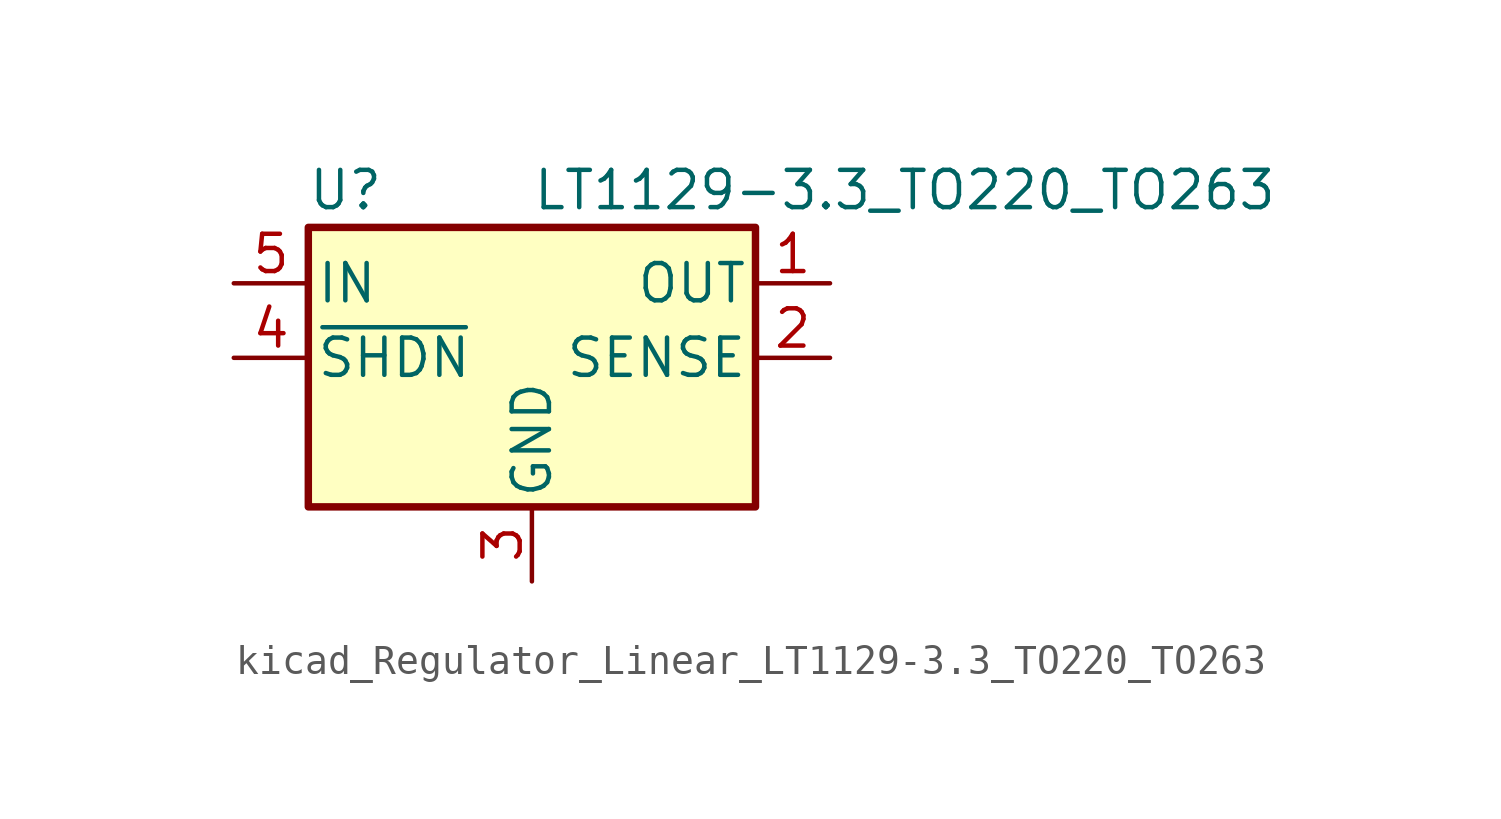
<source format=kicad_sym>
(kicad_symbol_lib
  (version 20220914)
  (generator kicad_symbol_editor)
  (symbol "kicad_Regulator_Linear_LT1129-3.3_TO220_TO263"
    (pin_names
      (offset 0.254))
    (property "Reference" "U"
      (at -6.35 5.715 0)
      (effects (font (size 1.27 1.27))))
    (property "Value" "LT1129-3.3_TO220_TO263"
      (at 0 5.715 0)
      (effects (font (size 1.27 1.27)) (justify left)))
    (symbol "kicad_Regulator_Linear_LT1129-3.3_TO220_TO263_0_1"
      (rectangle (start -7.62 -5.08) (end 7.62 4.445) (stroke (width 0.254) (type default)) (fill (type background))))
    (symbol "kicad_Regulator_Linear_LT1129-3.3_TO220_TO263_1_1"
      (pin power_out line (at 10.16 2.54 180) (length 2.54) (name "OUT" (effects (font (size 1.27 1.27)))) (number "1" (effects (font (size 1.27 1.27)))))
      (pin input line (at 10.16 0 180) (length 2.54) (name "SENSE" (effects (font (size 1.27 1.27)))) (number "2" (effects (font (size 1.27 1.27)))))
      (pin power_in line (at 0 -7.62 90) (length 2.54) (name "GND" (effects (font (size 1.27 1.27)))) (number "3" (effects (font (size 1.27 1.27)))))
      (pin input line (at -10.16 0 0) (length 2.54) (name "~{SHDN}" (effects (font (size 1.27 1.27)))) (number "4" (effects (font (size 1.27 1.27)))))
      (pin power_in line (at -10.16 2.54 0) (length 2.54) (name "IN" (effects (font (size 1.27 1.27)))) (number "5" (effects (font (size 1.27 1.27))))))))
</source>
